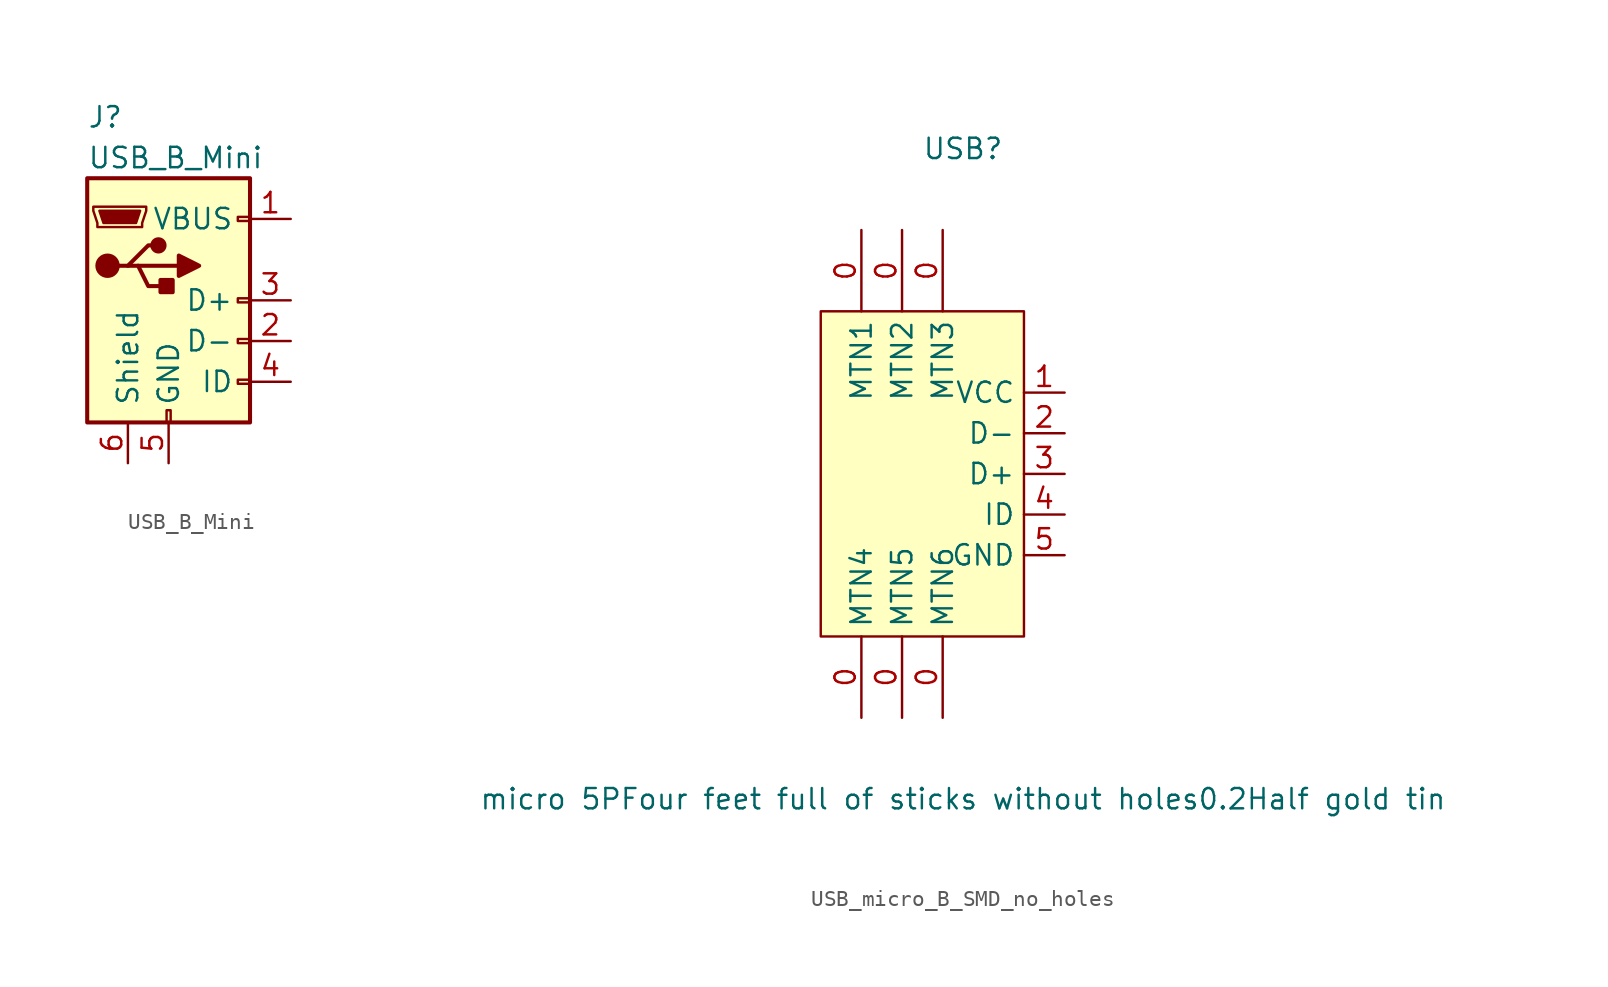
<source format=kicad_sym>
(kicad_symbol_lib
  (version 20231120)
  (generator "kicad_symbol_editor")
  (generator_version "8.0")
  (symbol "USB_B_Mini"
    (pin_names
      (offset 1.016))
    (property "Reference" "J"
      (at -5.08 11.43 0)
      (effects (font (size 1.27 1.27)) (justify left)))
    (property "Value" "USB_B_Mini"
      (at -5.08 8.89 0)
      (effects (font (size 1.27 1.27)) (justify left)))
    (symbol "USB_B_Mini_0_1"
      (rectangle (start -5.08 -7.62) (end 5.08 7.62) (stroke (width 0.254) (type solid)) (fill (type background)))
      (circle (center -3.81 2.159) (radius 0.635) (stroke (width 0.254) (type solid)) (fill (type outline)))
      (circle (center -0.635 3.429) (radius 0.381) (stroke (width 0.254) (type solid)) (fill (type outline)))
      (rectangle (start -0.127 -7.62) (end 0.127 -6.858) (stroke (width 0) (type solid)) (fill (type none)))
      (polyline (pts (xy -1.905 2.159) (xy 0.635 2.159)) (stroke (width 0.254) (type solid)) (fill (type none)))
      (polyline (pts (xy -3.175 2.159) (xy -2.54 2.159) (xy -1.27 3.429) (xy -0.635 3.429)) (stroke (width 0.254) (type solid)) (fill (type none)))
      (polyline (pts (xy -2.54 2.159) (xy -1.905 2.159) (xy -1.27 0.889) (xy 0 0.889)) (stroke (width 0.254) (type solid)) (fill (type none)))
      (polyline (pts (xy 0.635 2.794) (xy 0.635 1.524) (xy 1.905 2.159) (xy 0.635 2.794)) (stroke (width 0.254) (type solid)) (fill (type outline)))
      (polyline (pts (xy -4.318 5.588) (xy -1.778 5.588) (xy -2.032 4.826) (xy -4.064 4.826) (xy -4.318 5.588)) (stroke (width 0) (type solid)) (fill (type outline)))
      (polyline (pts (xy -4.699 5.842) (xy -4.699 5.588) (xy -4.445 4.826) (xy -4.445 4.572) (xy -1.651 4.572) (xy -1.651 4.826) (xy -1.397 5.588) (xy -1.397 5.842) (xy -4.699 5.842)) (stroke (width 0) (type solid)) (fill (type none)))
      (rectangle (start 0.254 1.27) (end -0.508 0.508) (stroke (width 0.254) (type solid)) (fill (type outline)))
      (rectangle (start 5.08 -5.207) (end 4.318 -4.953) (stroke (width 0) (type solid)) (fill (type none)))
      (rectangle (start 5.08 -2.667) (end 4.318 -2.413) (stroke (width 0) (type solid)) (fill (type none)))
      (rectangle (start 5.08 -0.127) (end 4.318 0.127) (stroke (width 0) (type solid)) (fill (type none)))
      (rectangle (start 5.08 4.953) (end 4.318 5.207) (stroke (width 0) (type solid)) (fill (type none))))
    (symbol "USB_B_Mini_1_1"
      (pin passive line (at 7.62 5.08 180) (length 2.54) (name "VBUS" (effects (font (size 1.27 1.27)))) (number "1" (effects (font (size 1.27 1.27)))))
      (pin bidirectional line (at 7.62 -2.54 180) (length 2.54) (name "D-" (effects (font (size 1.27 1.27)))) (number "2" (effects (font (size 1.27 1.27)))))
      (pin bidirectional line (at 7.62 0 180) (length 2.54) (name "D+" (effects (font (size 1.27 1.27)))) (number "3" (effects (font (size 1.27 1.27)))))
      (pin passive line (at 7.62 -5.08 180) (length 2.54) (name "ID" (effects (font (size 1.27 1.27)))) (number "4" (effects (font (size 1.27 1.27)))))
      (pin passive line (at 0 -10.16 90) (length 2.54) (name "GND" (effects (font (size 1.27 1.27)))) (number "5" (effects (font (size 1.27 1.27)))))
      (pin passive line (at -2.54 -10.16 90) (length 2.54) (name "Shield" (effects (font (size 1.27 1.27)))) (number "6" (effects (font (size 1.27 1.27)))))))
  (symbol "USB_micro_B_SMD_no_holes"
    (property "Reference" "USB"
      (at 0 20.32 0)
      (effects (font (size 1.27 1.27))))
    (property "Value" "micro 5PFour feet full of sticks without holes0.2Half gold tin"
      (at 0 -20.32 0)
      (effects (font (size 1.27 1.27))))
    (symbol "USB_micro_B_SMD_no_holes_0_1"
      (rectangle (start -8.89 10.16) (end 3.81 -10.16) (stroke (width 0) (type default)) (fill (type background)))
      (pin input line (at -6.35 15.24 270) (length 5.08) (name "MTN1" (effects (font (size 1.27 1.27)))) (number "0" (effects (font (size 1.27 1.27)))))
      (pin input line (at -3.81 15.24 270) (length 5.08) (name "MTN2" (effects (font (size 1.27 1.27)))) (number "0" (effects (font (size 1.27 1.27)))))
      (pin input line (at -1.27 15.24 270) (length 5.08) (name "MTN3" (effects (font (size 1.27 1.27)))) (number "0" (effects (font (size 1.27 1.27)))))
      (pin input line (at -6.35 -15.24 90) (length 5.08) (name "MTN4" (effects (font (size 1.27 1.27)))) (number "0" (effects (font (size 1.27 1.27)))))
      (pin input line (at -3.81 -15.24 90) (length 5.08) (name "MTN5" (effects (font (size 1.27 1.27)))) (number "0" (effects (font (size 1.27 1.27)))))
      (pin input line (at -1.27 -15.24 90) (length 5.08) (name "MTN6" (effects (font (size 1.27 1.27)))) (number "0" (effects (font (size 1.27 1.27)))))
      (pin input line (at 6.35 5.08 180) (length 2.54) (name "VCC" (effects (font (size 1.27 1.27)))) (number "1" (effects (font (size 1.27 1.27)))))
      (pin input line (at 6.35 2.54 180) (length 2.54) (name "D-" (effects (font (size 1.27 1.27)))) (number "2" (effects (font (size 1.27 1.27)))))
      (pin input line (at 6.35 0 180) (length 2.54) (name "D+" (effects (font (size 1.27 1.27)))) (number "3" (effects (font (size 1.27 1.27)))))
      (pin input line (at 6.35 -2.54 180) (length 2.54) (name "ID" (effects (font (size 1.27 1.27)))) (number "4" (effects (font (size 1.27 1.27)))))
      (pin input line (at 6.35 -5.08 180) (length 2.54) (name "GND" (effects (font (size 1.27 1.27)))) (number "5" (effects (font (size 1.27 1.27))))))))
</source>
